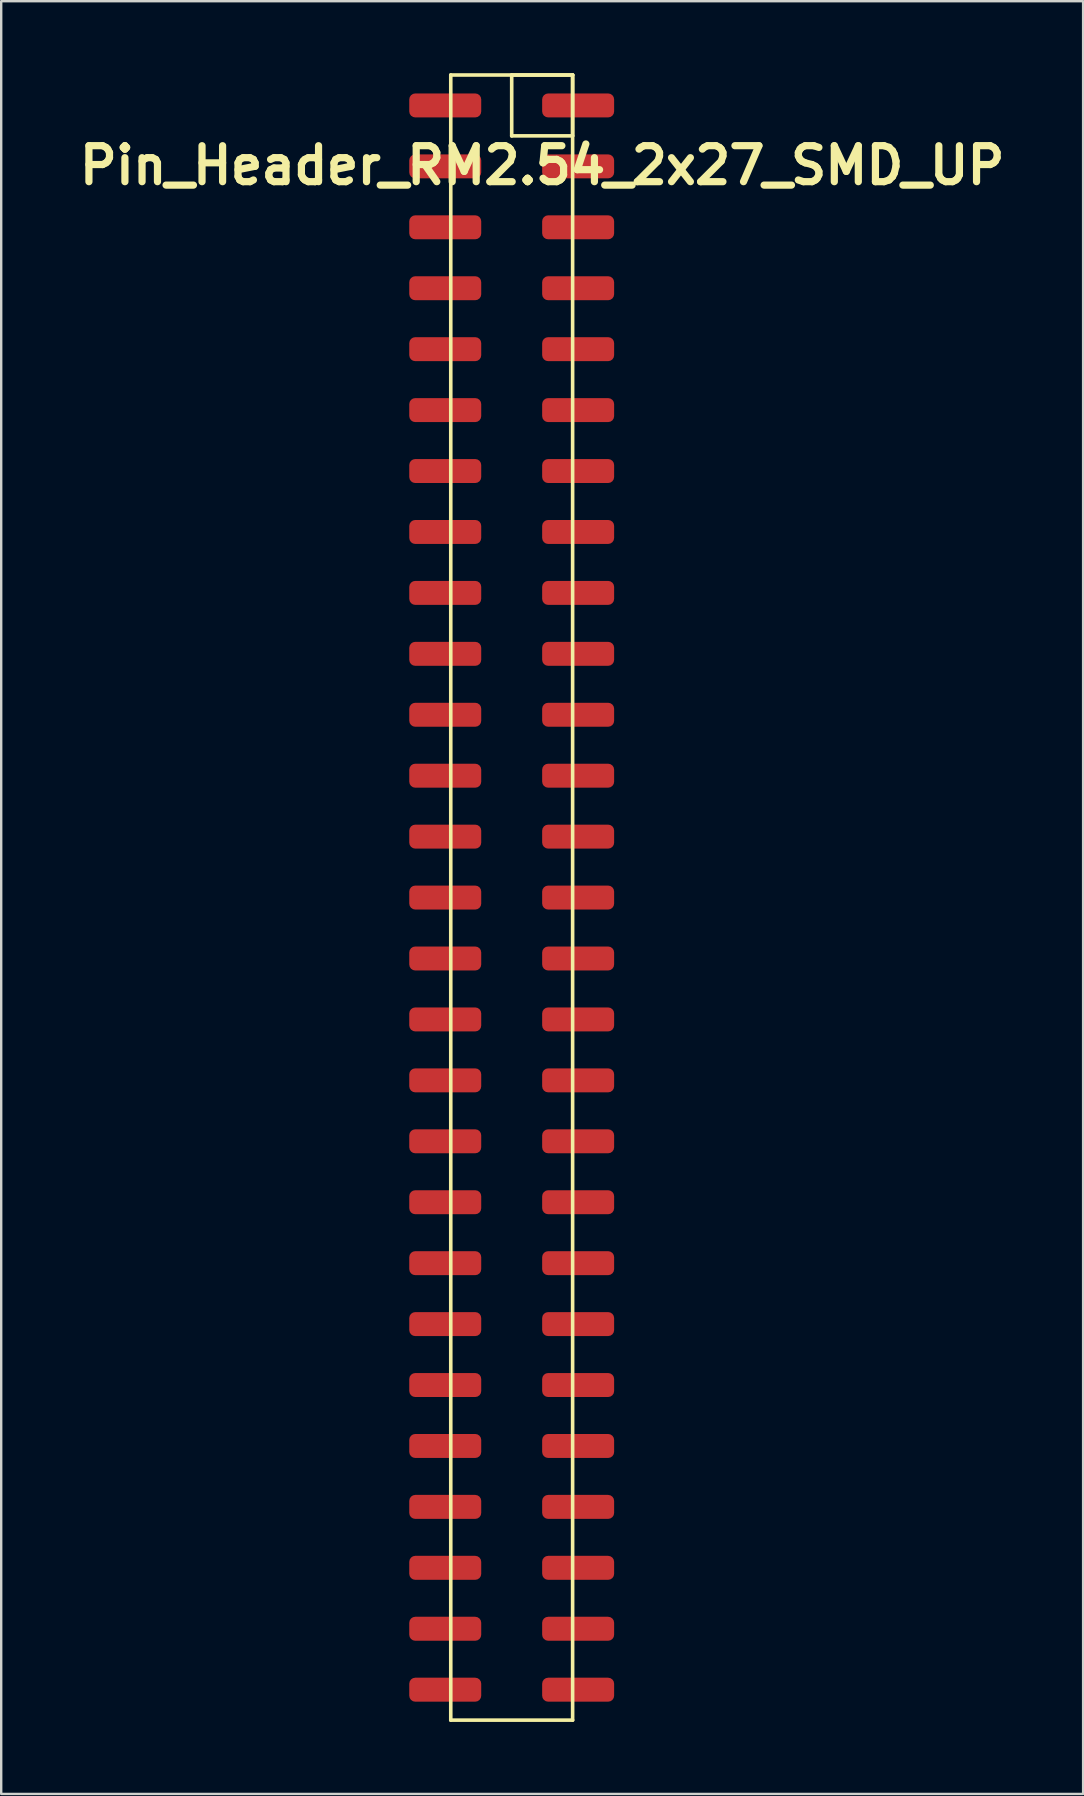
<source format=kicad_pcb>
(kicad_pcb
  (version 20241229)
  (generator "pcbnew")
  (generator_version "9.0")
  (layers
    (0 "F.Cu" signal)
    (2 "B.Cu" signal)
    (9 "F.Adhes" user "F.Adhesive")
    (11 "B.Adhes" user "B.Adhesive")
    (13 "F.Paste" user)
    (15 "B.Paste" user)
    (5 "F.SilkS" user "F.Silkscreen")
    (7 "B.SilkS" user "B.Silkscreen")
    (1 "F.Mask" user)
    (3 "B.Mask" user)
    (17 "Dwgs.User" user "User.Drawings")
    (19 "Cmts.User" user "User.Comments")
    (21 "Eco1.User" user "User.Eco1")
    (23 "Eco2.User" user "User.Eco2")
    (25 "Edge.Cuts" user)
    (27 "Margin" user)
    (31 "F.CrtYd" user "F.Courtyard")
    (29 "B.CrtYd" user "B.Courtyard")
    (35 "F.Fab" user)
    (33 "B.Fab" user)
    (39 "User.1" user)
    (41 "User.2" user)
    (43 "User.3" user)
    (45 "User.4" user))
  (footprint "Pin_Header_RM2.54_2x27_SMD_UP"
    (layer "F.Cu")
    (at 19.55 1.345)
    (property "Reference" "Pin_Header_RM2.54_2x27_SMD_UP" (at 0 2.5 0) (layer "F.SilkS") (effects (font (size 1.5 1.5) (thickness 0.3))))
    (attr through_hole)
    (fp_line (start -3.81 -1.27) (end 1.27 -1.27) (stroke (width 0.15) (type solid)) (layer "F.SilkS"))
    (fp_line (start -3.81 67.31) (end -3.81 -1.27) (stroke (width 0.15) (type solid)) (layer "F.SilkS"))
    (fp_line (start -1.27 -1.27) (end 1.27 -1.27) (stroke (width 0.15) (type solid)) (layer "F.SilkS"))
    (fp_line (start -1.27 1.27) (end -1.27 -1.27) (stroke (width 0.15) (type solid)) (layer "F.SilkS"))
    (fp_line (start 1.27 -1.27) (end 1.27 1.27) (stroke (width 0.15) (type solid)) (layer "F.SilkS"))
    (fp_line (start 1.27 -1.27) (end 1.27 67.31) (stroke (width 0.15) (type solid)) (layer "F.SilkS"))
    (fp_line (start 1.27 1.27) (end -1.27 1.27) (stroke (width 0.15) (type solid)) (layer "F.SilkS"))
    (fp_line (start 1.27 67.31) (end -3.81 67.31) (stroke (width 0.15) (type solid)) (layer "F.SilkS"))
    (pad "1" smd roundrect (at 1.5 0) (size 3 1) (layers "F.Cu" "F.Mask" "F.Paste") (roundrect_rratio 0.25))
    (pad "2" smd roundrect (at -4.04 0) (size 3 1) (layers "F.Cu" "F.Mask" "F.Paste") (roundrect_rratio 0.25))
    (pad "3" smd roundrect (at 1.5 2.54) (size 3 1) (layers "F.Cu" "F.Mask" "F.Paste") (roundrect_rratio 0.25))
    (pad "4" smd roundrect (at -4.04 2.54) (size 3 1) (layers "F.Cu" "F.Mask" "F.Paste") (roundrect_rratio 0.25))
    (pad "5" smd roundrect (at 1.5 5.08) (size 3 1) (layers "F.Cu" "F.Mask" "F.Paste") (roundrect_rratio 0.25))
    (pad "6" smd roundrect (at -4.04 5.08) (size 3 1) (layers "F.Cu" "F.Mask" "F.Paste") (roundrect_rratio 0.25))
    (pad "7" smd roundrect (at 1.5 7.62) (size 3 1) (layers "F.Cu" "F.Mask" "F.Paste") (roundrect_rratio 0.25))
    (pad "8" smd roundrect (at -4.04 7.62) (size 3 1) (layers "F.Cu" "F.Mask" "F.Paste") (roundrect_rratio 0.25))
    (pad "9" smd roundrect (at 1.5 10.16) (size 3 1) (layers "F.Cu" "F.Mask" "F.Paste") (roundrect_rratio 0.25))
    (pad "10" smd roundrect (at -4.04 10.16) (size 3 1) (layers "F.Cu" "F.Mask" "F.Paste") (roundrect_rratio 0.25))
    (pad "11" smd roundrect (at 1.5 12.7) (size 3 1) (layers "F.Cu" "F.Mask" "F.Paste") (roundrect_rratio 0.25))
    (pad "12" smd roundrect (at -4.04 12.7) (size 3 1) (layers "F.Cu" "F.Mask" "F.Paste") (roundrect_rratio 0.25))
    (pad "13" smd roundrect (at 1.5 15.24) (size 3 1) (layers "F.Cu" "F.Mask" "F.Paste") (roundrect_rratio 0.25))
    (pad "14" smd roundrect (at -4.04 15.24) (size 3 1) (layers "F.Cu" "F.Mask" "F.Paste") (roundrect_rratio 0.25))
    (pad "15" smd roundrect (at 1.5 17.78) (size 3 1) (layers "F.Cu" "F.Mask" "F.Paste") (roundrect_rratio 0.25))
    (pad "16" smd roundrect (at -4.04 17.78) (size 3 1) (layers "F.Cu" "F.Mask" "F.Paste") (roundrect_rratio 0.25))
    (pad "17" smd roundrect (at 1.5 20.32) (size 3 1) (layers "F.Cu" "F.Mask" "F.Paste") (roundrect_rratio 0.25))
    (pad "18" smd roundrect (at -4.04 20.32) (size 3 1) (layers "F.Cu" "F.Mask" "F.Paste") (roundrect_rratio 0.25))
    (pad "19" smd roundrect (at 1.5 22.86) (size 3 1) (layers "F.Cu" "F.Mask" "F.Paste") (roundrect_rratio 0.25))
    (pad "20" smd roundrect (at -4.04 22.86) (size 3 1) (layers "F.Cu" "F.Mask" "F.Paste") (roundrect_rratio 0.25))
    (pad "21" smd roundrect (at 1.5 25.4) (size 3 1) (layers "F.Cu" "F.Mask" "F.Paste") (roundrect_rratio 0.25))
    (pad "22" smd roundrect (at -4.04 25.4) (size 3 1) (layers "F.Cu" "F.Mask" "F.Paste") (roundrect_rratio 0.25))
    (pad "23" smd roundrect (at 1.5 27.94) (size 3 1) (layers "F.Cu" "F.Mask" "F.Paste") (roundrect_rratio 0.25))
    (pad "24" smd roundrect (at -4.04 27.94) (size 3 1) (layers "F.Cu" "F.Mask" "F.Paste") (roundrect_rratio 0.25))
    (pad "25" smd roundrect (at 1.5 30.48) (size 3 1) (layers "F.Cu" "F.Mask" "F.Paste") (roundrect_rratio 0.25))
    (pad "26" smd roundrect (at -4.04 30.48) (size 3 1) (layers "F.Cu" "F.Mask" "F.Paste") (roundrect_rratio 0.25))
    (pad "27" smd roundrect (at 1.5 33.02) (size 3 1) (layers "F.Cu" "F.Mask" "F.Paste") (roundrect_rratio 0.25))
    (pad "28" smd roundrect (at -4.04 33.02) (size 3 1) (layers "F.Cu" "F.Mask" "F.Paste") (roundrect_rratio 0.25))
    (pad "29" smd roundrect (at 1.5 35.56) (size 3 1) (layers "F.Cu" "F.Mask" "F.Paste") (roundrect_rratio 0.25))
    (pad "30" smd roundrect (at -4.04 35.56) (size 3 1) (layers "F.Cu" "F.Mask" "F.Paste") (roundrect_rratio 0.25))
    (pad "31" smd roundrect (at 1.5 38.1) (size 3 1) (layers "F.Cu" "F.Mask" "F.Paste") (roundrect_rratio 0.25))
    (pad "32" smd roundrect (at -4.04 38.1) (size 3 1) (layers "F.Cu" "F.Mask" "F.Paste") (roundrect_rratio 0.25))
    (pad "33" smd roundrect (at 1.5 40.64) (size 3 1) (layers "F.Cu" "F.Mask" "F.Paste") (roundrect_rratio 0.25))
    (pad "34" smd roundrect (at -4.04 40.64) (size 3 1) (layers "F.Cu" "F.Mask" "F.Paste") (roundrect_rratio 0.25))
    (pad "35" smd roundrect (at 1.5 43.18) (size 3 1) (layers "F.Cu" "F.Mask" "F.Paste") (roundrect_rratio 0.25))
    (pad "36" smd roundrect (at -4.04 43.18) (size 3 1) (layers "F.Cu" "F.Mask" "F.Paste") (roundrect_rratio 0.25))
    (pad "37" smd roundrect (at 1.5 45.72) (size 3 1) (layers "F.Cu" "F.Mask" "F.Paste") (roundrect_rratio 0.25))
    (pad "38" smd roundrect (at -4.04 45.72) (size 3 1) (layers "F.Cu" "F.Mask" "F.Paste") (roundrect_rratio 0.25))
    (pad "39" smd roundrect (at 1.5 48.26) (size 3 1) (layers "F.Cu" "F.Mask" "F.Paste") (roundrect_rratio 0.25))
    (pad "40" smd roundrect (at -4.04 48.26) (size 3 1) (layers "F.Cu" "F.Mask" "F.Paste") (roundrect_rratio 0.25))
    (pad "41" smd roundrect (at 1.5 50.8) (size 3 1) (layers "F.Cu" "F.Mask" "F.Paste") (roundrect_rratio 0.25))
    (pad "42" smd roundrect (at -4.04 50.8) (size 3 1) (layers "F.Cu" "F.Mask" "F.Paste") (roundrect_rratio 0.25))
    (pad "43" smd roundrect (at 1.5 53.34) (size 3 1) (layers "F.Cu" "F.Mask" "F.Paste") (roundrect_rratio 0.25))
    (pad "44" smd roundrect (at -4.04 53.34) (size 3 1) (layers "F.Cu" "F.Mask" "F.Paste") (roundrect_rratio 0.25))
    (pad "45" smd roundrect (at 1.5 55.88) (size 3 1) (layers "F.Cu" "F.Mask" "F.Paste") (roundrect_rratio 0.25))
    (pad "46" smd roundrect (at -4.04 55.88) (size 3 1) (layers "F.Cu" "F.Mask" "F.Paste") (roundrect_rratio 0.25))
    (pad "47" smd roundrect (at 1.5 58.42) (size 3 1) (layers "F.Cu" "F.Mask" "F.Paste") (roundrect_rratio 0.25))
    (pad "48" smd roundrect (at -4.04 58.42) (size 3 1) (layers "F.Cu" "F.Mask" "F.Paste") (roundrect_rratio 0.25))
    (pad "49" smd roundrect (at 1.5 60.96) (size 3 1) (layers "F.Cu" "F.Mask" "F.Paste") (roundrect_rratio 0.25))
    (pad "50" smd roundrect (at -4.04 60.96) (size 3 1) (layers "F.Cu" "F.Mask" "F.Paste") (roundrect_rratio 0.25))
    (pad "51" smd roundrect (at 1.5 63.5) (size 3 1) (layers "F.Cu" "F.Mask" "F.Paste") (roundrect_rratio 0.25))
    (pad "52" smd roundrect (at -4.04 63.5) (size 3 1) (layers "F.Cu" "F.Mask" "F.Paste") (roundrect_rratio 0.25))
    (pad "53" smd roundrect (at 1.5 66.04) (size 3 1) (layers "F.Cu" "F.Mask" "F.Paste") (roundrect_rratio 0.25))
    (pad "54" smd roundrect (at -4.04 66.04) (size 3 1) (layers "F.Cu" "F.Mask" "F.Paste") (roundrect_rratio 0.25)))
  (gr_rect
    (start -3 -3)
    (end 42.1 71.73)
    (stroke (width 0.1) (type default))
    (fill no)
    (layer "Edge.Cuts")))
</source>
